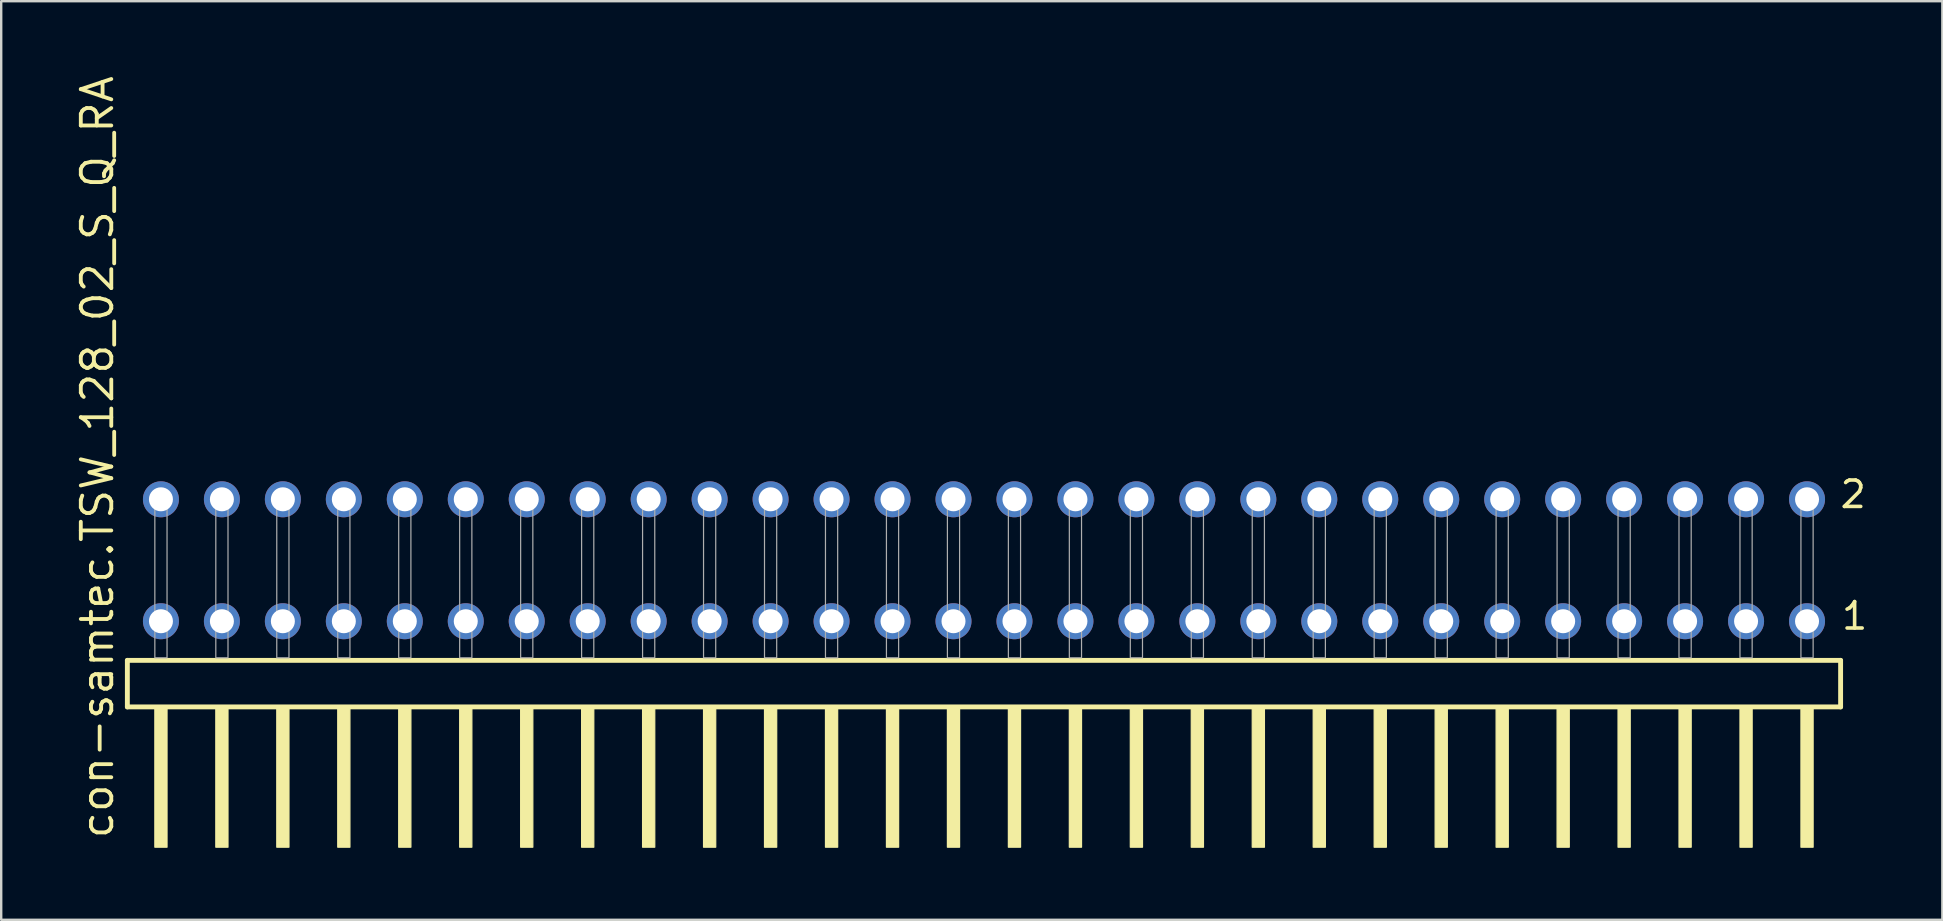
<source format=kicad_pcb>
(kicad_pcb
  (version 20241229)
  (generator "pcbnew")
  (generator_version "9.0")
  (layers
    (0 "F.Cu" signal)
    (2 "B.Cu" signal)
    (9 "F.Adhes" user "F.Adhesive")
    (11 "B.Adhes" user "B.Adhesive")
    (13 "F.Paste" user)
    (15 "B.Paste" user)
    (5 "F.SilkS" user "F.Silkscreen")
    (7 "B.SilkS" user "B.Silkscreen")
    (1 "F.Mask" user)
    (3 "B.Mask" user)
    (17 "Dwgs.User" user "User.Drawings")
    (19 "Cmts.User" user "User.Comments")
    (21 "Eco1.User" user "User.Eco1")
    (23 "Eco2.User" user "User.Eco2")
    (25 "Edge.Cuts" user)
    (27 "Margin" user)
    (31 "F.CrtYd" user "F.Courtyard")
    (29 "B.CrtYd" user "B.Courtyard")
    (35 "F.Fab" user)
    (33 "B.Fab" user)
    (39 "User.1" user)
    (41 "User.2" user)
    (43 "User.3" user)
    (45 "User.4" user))
  (footprint "con-samtec.TSW_128_02_S_Q_RA"
    (layer "F.Cu")
    (at 37.945 24.356)
    (property "Reference" "con-samtec.TSW_128_02_S_Q_RA" (at -36.195 7.62 90) (layer "F.SilkS") (effects (font (size 1.27 1.27) (thickness 0.16)) (justify left bottom)))
    (attr through_hole)
    (fp_line (start -35.689 0.106) (end -35.689 2.046) (stroke (width 0.203) (type default)) (layer "F.SilkS"))
    (fp_line (start -35.689 2.046) (end 35.689 2.046) (stroke (width 0.203) (type default)) (layer "F.SilkS"))
    (fp_line (start 35.689 0.106) (end -35.689 0.106) (stroke (width 0.203) (type default)) (layer "F.SilkS"))
    (fp_line (start 35.689 2.046) (end 35.689 0.106) (stroke (width 0.203) (type default)) (layer "F.SilkS"))
    (fp_rect (start -34.544 7.89) (end -34.036 2.04) (stroke (width 0.05) (type default)) (fill yes) (layer "F.SilkS"))
    (fp_rect (start -32.004 7.89) (end -31.496 2.04) (stroke (width 0.05) (type default)) (fill yes) (layer "F.SilkS"))
    (fp_rect (start -29.464 7.89) (end -28.956 2.04) (stroke (width 0.05) (type default)) (fill yes) (layer "F.SilkS"))
    (fp_rect (start -26.924 7.89) (end -26.416 2.04) (stroke (width 0.05) (type default)) (fill yes) (layer "F.SilkS"))
    (fp_rect (start -24.384 7.89) (end -23.876 2.04) (stroke (width 0.05) (type default)) (fill yes) (layer "F.SilkS"))
    (fp_rect (start -21.844 7.89) (end -21.336 2.04) (stroke (width 0.05) (type default)) (fill yes) (layer "F.SilkS"))
    (fp_rect (start -19.304 7.89) (end -18.796 2.04) (stroke (width 0.05) (type default)) (fill yes) (layer "F.SilkS"))
    (fp_rect (start -16.764 7.89) (end -16.256 2.04) (stroke (width 0.05) (type default)) (fill yes) (layer "F.SilkS"))
    (fp_rect (start -14.224 7.89) (end -13.716 2.04) (stroke (width 0.05) (type default)) (fill yes) (layer "F.SilkS"))
    (fp_rect (start -11.684 7.89) (end -11.176 2.04) (stroke (width 0.05) (type default)) (fill yes) (layer "F.SilkS"))
    (fp_rect (start -9.144 7.89) (end -8.636 2.04) (stroke (width 0.05) (type default)) (fill yes) (layer "F.SilkS"))
    (fp_rect (start -6.604 7.89) (end -6.096 2.04) (stroke (width 0.05) (type default)) (fill yes) (layer "F.SilkS"))
    (fp_rect (start -4.064 7.89) (end -3.556 2.04) (stroke (width 0.05) (type default)) (fill yes) (layer "F.SilkS"))
    (fp_rect (start -1.524 7.89) (end -1.016 2.04) (stroke (width 0.05) (type default)) (fill yes) (layer "F.SilkS"))
    (fp_rect (start 1.016 7.89) (end 1.524 2.04) (stroke (width 0.05) (type default)) (fill yes) (layer "F.SilkS"))
    (fp_rect (start 3.556 7.89) (end 4.064 2.04) (stroke (width 0.05) (type default)) (fill yes) (layer "F.SilkS"))
    (fp_rect (start 6.096 7.89) (end 6.604 2.04) (stroke (width 0.05) (type default)) (fill yes) (layer "F.SilkS"))
    (fp_rect (start 8.636 7.89) (end 9.144 2.04) (stroke (width 0.05) (type default)) (fill yes) (layer "F.SilkS"))
    (fp_rect (start 11.176 7.89) (end 11.684 2.04) (stroke (width 0.05) (type default)) (fill yes) (layer "F.SilkS"))
    (fp_rect (start 13.716 7.89) (end 14.224 2.04) (stroke (width 0.05) (type default)) (fill yes) (layer "F.SilkS"))
    (fp_rect (start 16.256 7.89) (end 16.764 2.04) (stroke (width 0.05) (type default)) (fill yes) (layer "F.SilkS"))
    (fp_rect (start 18.796 7.89) (end 19.304 2.04) (stroke (width 0.05) (type default)) (fill yes) (layer "F.SilkS"))
    (fp_rect (start 21.336 7.89) (end 21.844 2.04) (stroke (width 0.05) (type default)) (fill yes) (layer "F.SilkS"))
    (fp_rect (start 23.876 7.89) (end 24.384 2.04) (stroke (width 0.05) (type default)) (fill yes) (layer "F.SilkS"))
    (fp_rect (start 26.416 7.89) (end 26.924 2.04) (stroke (width 0.05) (type default)) (fill yes) (layer "F.SilkS"))
    (fp_rect (start 28.956 7.89) (end 29.464 2.04) (stroke (width 0.05) (type default)) (fill yes) (layer "F.SilkS"))
    (fp_rect (start 31.496 7.89) (end 32.004 2.04) (stroke (width 0.05) (type default)) (fill yes) (layer "F.SilkS"))
    (fp_rect (start 34.036 7.89) (end 34.544 2.04) (stroke (width 0.05) (type default)) (fill yes) (layer "F.SilkS"))
    (fp_rect (start -34.544 0) (end -34.036 -6.858) (stroke (width 0.05) (type default)) (fill no) (layer "F.Fab"))
    (fp_rect (start -32.004 0) (end -31.496 -6.858) (stroke (width 0.05) (type default)) (fill no) (layer "F.Fab"))
    (fp_rect (start -29.464 0) (end -28.956 -6.858) (stroke (width 0.05) (type default)) (fill no) (layer "F.Fab"))
    (fp_rect (start -26.924 0) (end -26.416 -6.858) (stroke (width 0.05) (type default)) (fill no) (layer "F.Fab"))
    (fp_rect (start -24.384 0) (end -23.876 -6.858) (stroke (width 0.05) (type default)) (fill no) (layer "F.Fab"))
    (fp_rect (start -21.844 0) (end -21.336 -6.858) (stroke (width 0.05) (type default)) (fill no) (layer "F.Fab"))
    (fp_rect (start -19.304 0) (end -18.796 -6.858) (stroke (width 0.05) (type default)) (fill no) (layer "F.Fab"))
    (fp_rect (start -16.764 0) (end -16.256 -6.858) (stroke (width 0.05) (type default)) (fill no) (layer "F.Fab"))
    (fp_rect (start -14.224 0) (end -13.716 -6.858) (stroke (width 0.05) (type default)) (fill no) (layer "F.Fab"))
    (fp_rect (start -11.684 0) (end -11.176 -6.858) (stroke (width 0.05) (type default)) (fill no) (layer "F.Fab"))
    (fp_rect (start -9.144 0) (end -8.636 -6.858) (stroke (width 0.05) (type default)) (fill no) (layer "F.Fab"))
    (fp_rect (start -6.604 0) (end -6.096 -6.858) (stroke (width 0.05) (type default)) (fill no) (layer "F.Fab"))
    (fp_rect (start -4.064 0) (end -3.556 -6.858) (stroke (width 0.05) (type default)) (fill no) (layer "F.Fab"))
    (fp_rect (start -1.524 0) (end -1.016 -6.858) (stroke (width 0.05) (type default)) (fill no) (layer "F.Fab"))
    (fp_rect (start 1.016 0) (end 1.524 -6.858) (stroke (width 0.05) (type default)) (fill no) (layer "F.Fab"))
    (fp_rect (start 3.556 0) (end 4.064 -6.858) (stroke (width 0.05) (type default)) (fill no) (layer "F.Fab"))
    (fp_rect (start 6.096 0) (end 6.604 -6.858) (stroke (width 0.05) (type default)) (fill no) (layer "F.Fab"))
    (fp_rect (start 8.636 0) (end 9.144 -6.858) (stroke (width 0.05) (type default)) (fill no) (layer "F.Fab"))
    (fp_rect (start 11.176 0) (end 11.684 -6.858) (stroke (width 0.05) (type default)) (fill no) (layer "F.Fab"))
    (fp_rect (start 13.716 0) (end 14.224 -6.858) (stroke (width 0.05) (type default)) (fill no) (layer "F.Fab"))
    (fp_rect (start 16.256 0) (end 16.764 -6.858) (stroke (width 0.05) (type default)) (fill no) (layer "F.Fab"))
    (fp_rect (start 18.796 0) (end 19.304 -6.858) (stroke (width 0.05) (type default)) (fill no) (layer "F.Fab"))
    (fp_rect (start 21.336 0) (end 21.844 -6.858) (stroke (width 0.05) (type default)) (fill no) (layer "F.Fab"))
    (fp_rect (start 23.876 0) (end 24.384 -6.858) (stroke (width 0.05) (type default)) (fill no) (layer "F.Fab"))
    (fp_rect (start 26.416 0) (end 26.924 -6.858) (stroke (width 0.05) (type default)) (fill no) (layer "F.Fab"))
    (fp_rect (start 28.956 0) (end 29.464 -6.858) (stroke (width 0.05) (type default)) (fill no) (layer "F.Fab"))
    (fp_rect (start 31.496 0) (end 32.004 -6.858) (stroke (width 0.05) (type default)) (fill no) (layer "F.Fab"))
    (fp_rect (start 34.036 0) (end 34.544 -6.858) (stroke (width 0.05) (type default)) (fill no) (layer "F.Fab"))
    (fp_text user "2" (at 35.59 -6.165 0) (layer "F.SilkS") (effects (font (size 1.1 1.1) (thickness 0.15)) (justify left bottom)))
    (fp_text user "1" (at 35.65 -1.1 0) (layer "F.SilkS") (effects (font (size 1.1 1.1) (thickness 0.15)) (justify left bottom)))
    (pad "1" thru_hole circle (at 34.29 -1.524 180) (size 1.5 1.5) (drill 1) (layers "*.Cu" "*.Mask"))
    (pad "2" thru_hole circle (at 34.29 -6.604 180) (size 1.5 1.5) (drill 1) (layers "*.Cu" "*.Mask"))
    (pad "3" thru_hole circle (at 31.75 -1.524 180) (size 1.5 1.5) (drill 1) (layers "*.Cu" "*.Mask"))
    (pad "4" thru_hole circle (at 31.75 -6.604 180) (size 1.5 1.5) (drill 1) (layers "*.Cu" "*.Mask"))
    (pad "5" thru_hole circle (at 29.21 -1.524 180) (size 1.5 1.5) (drill 1) (layers "*.Cu" "*.Mask"))
    (pad "6" thru_hole circle (at 29.21 -6.604 180) (size 1.5 1.5) (drill 1) (layers "*.Cu" "*.Mask"))
    (pad "7" thru_hole circle (at 26.67 -1.524 180) (size 1.5 1.5) (drill 1) (layers "*.Cu" "*.Mask"))
    (pad "8" thru_hole circle (at 26.67 -6.604 180) (size 1.5 1.5) (drill 1) (layers "*.Cu" "*.Mask"))
    (pad "9" thru_hole circle (at 24.13 -1.524 180) (size 1.5 1.5) (drill 1) (layers "*.Cu" "*.Mask"))
    (pad "10" thru_hole circle (at 24.13 -6.604 180) (size 1.5 1.5) (drill 1) (layers "*.Cu" "*.Mask"))
    (pad "11" thru_hole circle (at 21.59 -1.524 180) (size 1.5 1.5) (drill 1) (layers "*.Cu" "*.Mask"))
    (pad "12" thru_hole circle (at 21.59 -6.604 180) (size 1.5 1.5) (drill 1) (layers "*.Cu" "*.Mask"))
    (pad "13" thru_hole circle (at 19.05 -1.524 180) (size 1.5 1.5) (drill 1) (layers "*.Cu" "*.Mask"))
    (pad "14" thru_hole circle (at 19.05 -6.604 180) (size 1.5 1.5) (drill 1) (layers "*.Cu" "*.Mask"))
    (pad "15" thru_hole circle (at 16.51 -1.524 180) (size 1.5 1.5) (drill 1) (layers "*.Cu" "*.Mask"))
    (pad "16" thru_hole circle (at 16.51 -6.604 180) (size 1.5 1.5) (drill 1) (layers "*.Cu" "*.Mask"))
    (pad "17" thru_hole circle (at 13.97 -1.524 180) (size 1.5 1.5) (drill 1) (layers "*.Cu" "*.Mask"))
    (pad "18" thru_hole circle (at 13.97 -6.604 180) (size 1.5 1.5) (drill 1) (layers "*.Cu" "*.Mask"))
    (pad "19" thru_hole circle (at 11.43 -1.524 180) (size 1.5 1.5) (drill 1) (layers "*.Cu" "*.Mask"))
    (pad "20" thru_hole circle (at 11.43 -6.604 180) (size 1.5 1.5) (drill 1) (layers "*.Cu" "*.Mask"))
    (pad "21" thru_hole circle (at 8.89 -1.524 180) (size 1.5 1.5) (drill 1) (layers "*.Cu" "*.Mask"))
    (pad "22" thru_hole circle (at 8.89 -6.604 180) (size 1.5 1.5) (drill 1) (layers "*.Cu" "*.Mask"))
    (pad "23" thru_hole circle (at 6.35 -1.524 180) (size 1.5 1.5) (drill 1) (layers "*.Cu" "*.Mask"))
    (pad "24" thru_hole circle (at 6.35 -6.604 180) (size 1.5 1.5) (drill 1) (layers "*.Cu" "*.Mask"))
    (pad "25" thru_hole circle (at 3.81 -1.524 180) (size 1.5 1.5) (drill 1) (layers "*.Cu" "*.Mask"))
    (pad "26" thru_hole circle (at 3.81 -6.604 180) (size 1.5 1.5) (drill 1) (layers "*.Cu" "*.Mask"))
    (pad "27" thru_hole circle (at 1.27 -1.524 180) (size 1.5 1.5) (drill 1) (layers "*.Cu" "*.Mask"))
    (pad "28" thru_hole circle (at 1.27 -6.604 180) (size 1.5 1.5) (drill 1) (layers "*.Cu" "*.Mask"))
    (pad "29" thru_hole circle (at -1.27 -1.524 180) (size 1.5 1.5) (drill 1) (layers "*.Cu" "*.Mask"))
    (pad "30" thru_hole circle (at -1.27 -6.604 180) (size 1.5 1.5) (drill 1) (layers "*.Cu" "*.Mask"))
    (pad "31" thru_hole circle (at -3.81 -1.524 180) (size 1.5 1.5) (drill 1) (layers "*.Cu" "*.Mask"))
    (pad "32" thru_hole circle (at -3.81 -6.604 180) (size 1.5 1.5) (drill 1) (layers "*.Cu" "*.Mask"))
    (pad "33" thru_hole circle (at -6.35 -1.524 180) (size 1.5 1.5) (drill 1) (layers "*.Cu" "*.Mask"))
    (pad "34" thru_hole circle (at -6.35 -6.604 180) (size 1.5 1.5) (drill 1) (layers "*.Cu" "*.Mask"))
    (pad "35" thru_hole circle (at -8.89 -1.524 180) (size 1.5 1.5) (drill 1) (layers "*.Cu" "*.Mask"))
    (pad "36" thru_hole circle (at -8.89 -6.604 180) (size 1.5 1.5) (drill 1) (layers "*.Cu" "*.Mask"))
    (pad "37" thru_hole circle (at -11.43 -1.524 180) (size 1.5 1.5) (drill 1) (layers "*.Cu" "*.Mask"))
    (pad "38" thru_hole circle (at -11.43 -6.604 180) (size 1.5 1.5) (drill 1) (layers "*.Cu" "*.Mask"))
    (pad "39" thru_hole circle (at -13.97 -1.524 180) (size 1.5 1.5) (drill 1) (layers "*.Cu" "*.Mask"))
    (pad "40" thru_hole circle (at -13.97 -6.604 180) (size 1.5 1.5) (drill 1) (layers "*.Cu" "*.Mask"))
    (pad "41" thru_hole circle (at -16.51 -1.524 180) (size 1.5 1.5) (drill 1) (layers "*.Cu" "*.Mask"))
    (pad "42" thru_hole circle (at -16.51 -6.604 180) (size 1.5 1.5) (drill 1) (layers "*.Cu" "*.Mask"))
    (pad "43" thru_hole circle (at -19.05 -1.524 180) (size 1.5 1.5) (drill 1) (layers "*.Cu" "*.Mask"))
    (pad "44" thru_hole circle (at -19.05 -6.604 180) (size 1.5 1.5) (drill 1) (layers "*.Cu" "*.Mask"))
    (pad "45" thru_hole circle (at -21.59 -1.524 180) (size 1.5 1.5) (drill 1) (layers "*.Cu" "*.Mask"))
    (pad "46" thru_hole circle (at -21.59 -6.604 180) (size 1.5 1.5) (drill 1) (layers "*.Cu" "*.Mask"))
    (pad "47" thru_hole circle (at -24.13 -1.524 180) (size 1.5 1.5) (drill 1) (layers "*.Cu" "*.Mask"))
    (pad "48" thru_hole circle (at -24.13 -6.604 180) (size 1.5 1.5) (drill 1) (layers "*.Cu" "*.Mask"))
    (pad "49" thru_hole circle (at -26.67 -1.524 180) (size 1.5 1.5) (drill 1) (layers "*.Cu" "*.Mask"))
    (pad "50" thru_hole circle (at -26.67 -6.604 180) (size 1.5 1.5) (drill 1) (layers "*.Cu" "*.Mask"))
    (pad "51" thru_hole circle (at -29.21 -1.524 180) (size 1.5 1.5) (drill 1) (layers "*.Cu" "*.Mask"))
    (pad "52" thru_hole circle (at -29.21 -6.604 180) (size 1.5 1.5) (drill 1) (layers "*.Cu" "*.Mask"))
    (pad "53" thru_hole circle (at -31.75 -1.524 180) (size 1.5 1.5) (drill 1) (layers "*.Cu" "*.Mask"))
    (pad "54" thru_hole circle (at -31.75 -6.604 180) (size 1.5 1.5) (drill 1) (layers "*.Cu" "*.Mask"))
    (pad "55" thru_hole circle (at -34.29 -1.524 180) (size 1.5 1.5) (drill 1) (layers "*.Cu" "*.Mask"))
    (pad "56" thru_hole circle (at -34.29 -6.604 180) (size 1.5 1.5) (drill 1) (layers "*.Cu" "*.Mask")))
  (gr_rect
    (start -3 -3)
    (end 77.873 35.271)
    (stroke (width 0.1) (type default))
    (fill no)
    (layer "Edge.Cuts")))
</source>
